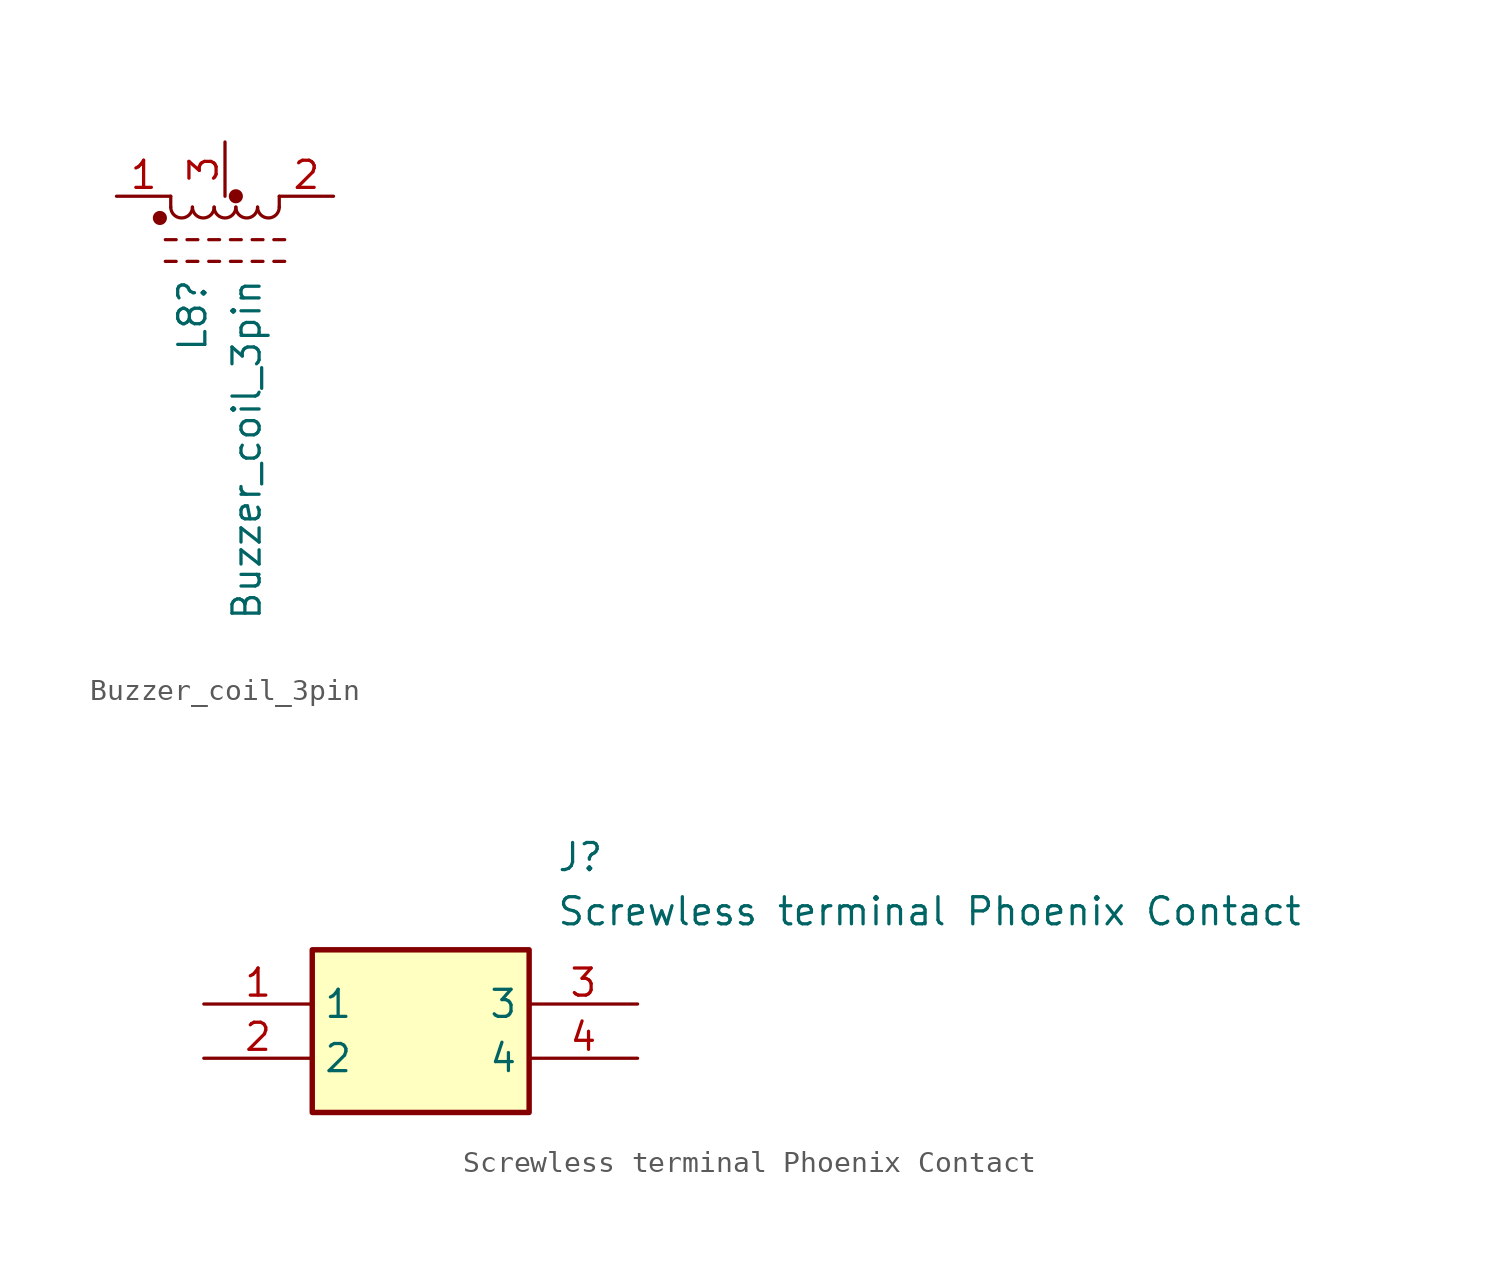
<source format=kicad_sym>
(kicad_symbol_lib
  (version 20231120)
  (generator "kicad_symbol_editor")
  (generator_version "8.0")
  (symbol "Buzzer_coil_3pin"
    (pin_names
      (offset 0.254) hide)
    (property "Reference" "L8"
      (at -1.524 -1.27 90)
      (effects (font (size 1.27 1.27)) (justify right)))
    (property "Value" "Buzzer_coil_3pin"
      (at 1.016 -1.27 90)
      (effects (font (size 1.27 1.27)) (justify right)))
    (symbol "Buzzer_coil_3pin_0_1"
      (circle (center -3.048 1.524) (radius 0.254) (stroke (width 0) (type default)) (fill (type outline)))
      (arc (start -2.54 2.032) (mid -2.032 1.5262) (end -1.524 2.032) (stroke (width 0) (type default)) (fill (type none)))
      (arc (start -1.524 2.032) (mid -1.016 1.5262) (end -0.508 2.032) (stroke (width 0) (type default)) (fill (type none)))
      (arc (start -0.508 2.032) (mid 0 1.5262) (end 0.508 2.032) (stroke (width 0) (type default)) (fill (type none)))
      (polyline (pts (xy -2.794 -0.508) (xy -2.286 -0.508)) (stroke (width 0) (type default)) (fill (type none)))
      (polyline (pts (xy -2.794 0.508) (xy -2.286 0.508)) (stroke (width 0) (type default)) (fill (type none)))
      (polyline (pts (xy -2.54 2.032) (xy -2.54 2.54)) (stroke (width 0) (type default)) (fill (type none)))
      (polyline (pts (xy -1.778 -0.508) (xy -1.27 -0.508)) (stroke (width 0) (type default)) (fill (type none)))
      (polyline (pts (xy -1.778 0.508) (xy -1.27 0.508)) (stroke (width 0) (type default)) (fill (type none)))
      (polyline (pts (xy -0.762 -0.508) (xy -0.254 -0.508)) (stroke (width 0) (type default)) (fill (type none)))
      (polyline (pts (xy -0.762 0.508) (xy -0.254 0.508)) (stroke (width 0) (type default)) (fill (type none)))
      (polyline (pts (xy 0.254 -0.508) (xy 0.762 -0.508)) (stroke (width 0) (type default)) (fill (type none)))
      (polyline (pts (xy 0.254 0.508) (xy 0.762 0.508)) (stroke (width 0) (type default)) (fill (type none)))
      (polyline (pts (xy 1.27 -0.508) (xy 1.778 -0.508)) (stroke (width 0) (type default)) (fill (type none)))
      (polyline (pts (xy 1.27 0.508) (xy 1.778 0.508)) (stroke (width 0) (type default)) (fill (type none)))
      (polyline (pts (xy 2.286 -0.508) (xy 2.794 -0.508)) (stroke (width 0) (type default)) (fill (type none)))
      (polyline (pts (xy 2.286 0.508) (xy 2.794 0.508)) (stroke (width 0) (type default)) (fill (type none)))
      (polyline (pts (xy 2.54 2.54) (xy 2.54 2.032)) (stroke (width 0) (type default)) (fill (type none)))
      (arc (start 0.508 2.032) (mid 1.016 1.5262) (end 1.524 2.032) (stroke (width 0) (type default)) (fill (type none)))
      (circle (center 0.508 2.54) (radius 0.254) (stroke (width 0) (type default)) (fill (type outline)))
      (arc (start 1.524 2.032) (mid 2.032 1.5262) (end 2.54 2.032) (stroke (width 0) (type default)) (fill (type none))))
    (symbol "Buzzer_coil_3pin_1_1"
      (pin passive line (at -5.08 2.54 0) (length 2.54) (name "1" (effects (font (size 1.27 1.27)))) (number "1" (effects (font (size 1.27 1.27)))))
      (pin passive line (at 5.08 2.54 180) (length 2.54) (name "2" (effects (font (size 1.27 1.27)))) (number "2" (effects (font (size 1.27 1.27)))))
      (pin passive line (at 0 5.08 270) (length 2.54) (name "3" (effects (font (size 1.27 1.27)))) (number "3" (effects (font (size 1.27 1.27)))))))
  (symbol "Screwless terminal Phoenix Contact"
    (property "Reference" "J"
      (at 16.51 7.62 0)
      (effects (font (size 1.27 1.27)) (justify left top)))
    (property "Value" "Screwless terminal Phoenix Contact"
      (at 16.51 5.08 0)
      (effects (font (size 1.27 1.27)) (justify left top)))
    (symbol "Screwless terminal Phoenix Contact_1_1"
      (rectangle (start 5.08 2.54) (end 15.24 -5.08) (stroke (width 0.254) (type default)) (fill (type background)))
      (pin passive line (at 0 0 0) (length 5.08) (name "1" (effects (font (size 1.27 1.27)))) (number "1" (effects (font (size 1.27 1.27)))))
      (pin passive line (at 0 -2.54 0) (length 5.08) (name "2" (effects (font (size 1.27 1.27)))) (number "2" (effects (font (size 1.27 1.27)))))
      (pin passive line (at 20.32 0 180) (length 5.08) (name "3" (effects (font (size 1.27 1.27)))) (number "3" (effects (font (size 1.27 1.27)))))
      (pin passive line (at 20.32 -2.54 180) (length 5.08) (name "4" (effects (font (size 1.27 1.27)))) (number "4" (effects (font (size 1.27 1.27))))))))
</source>
